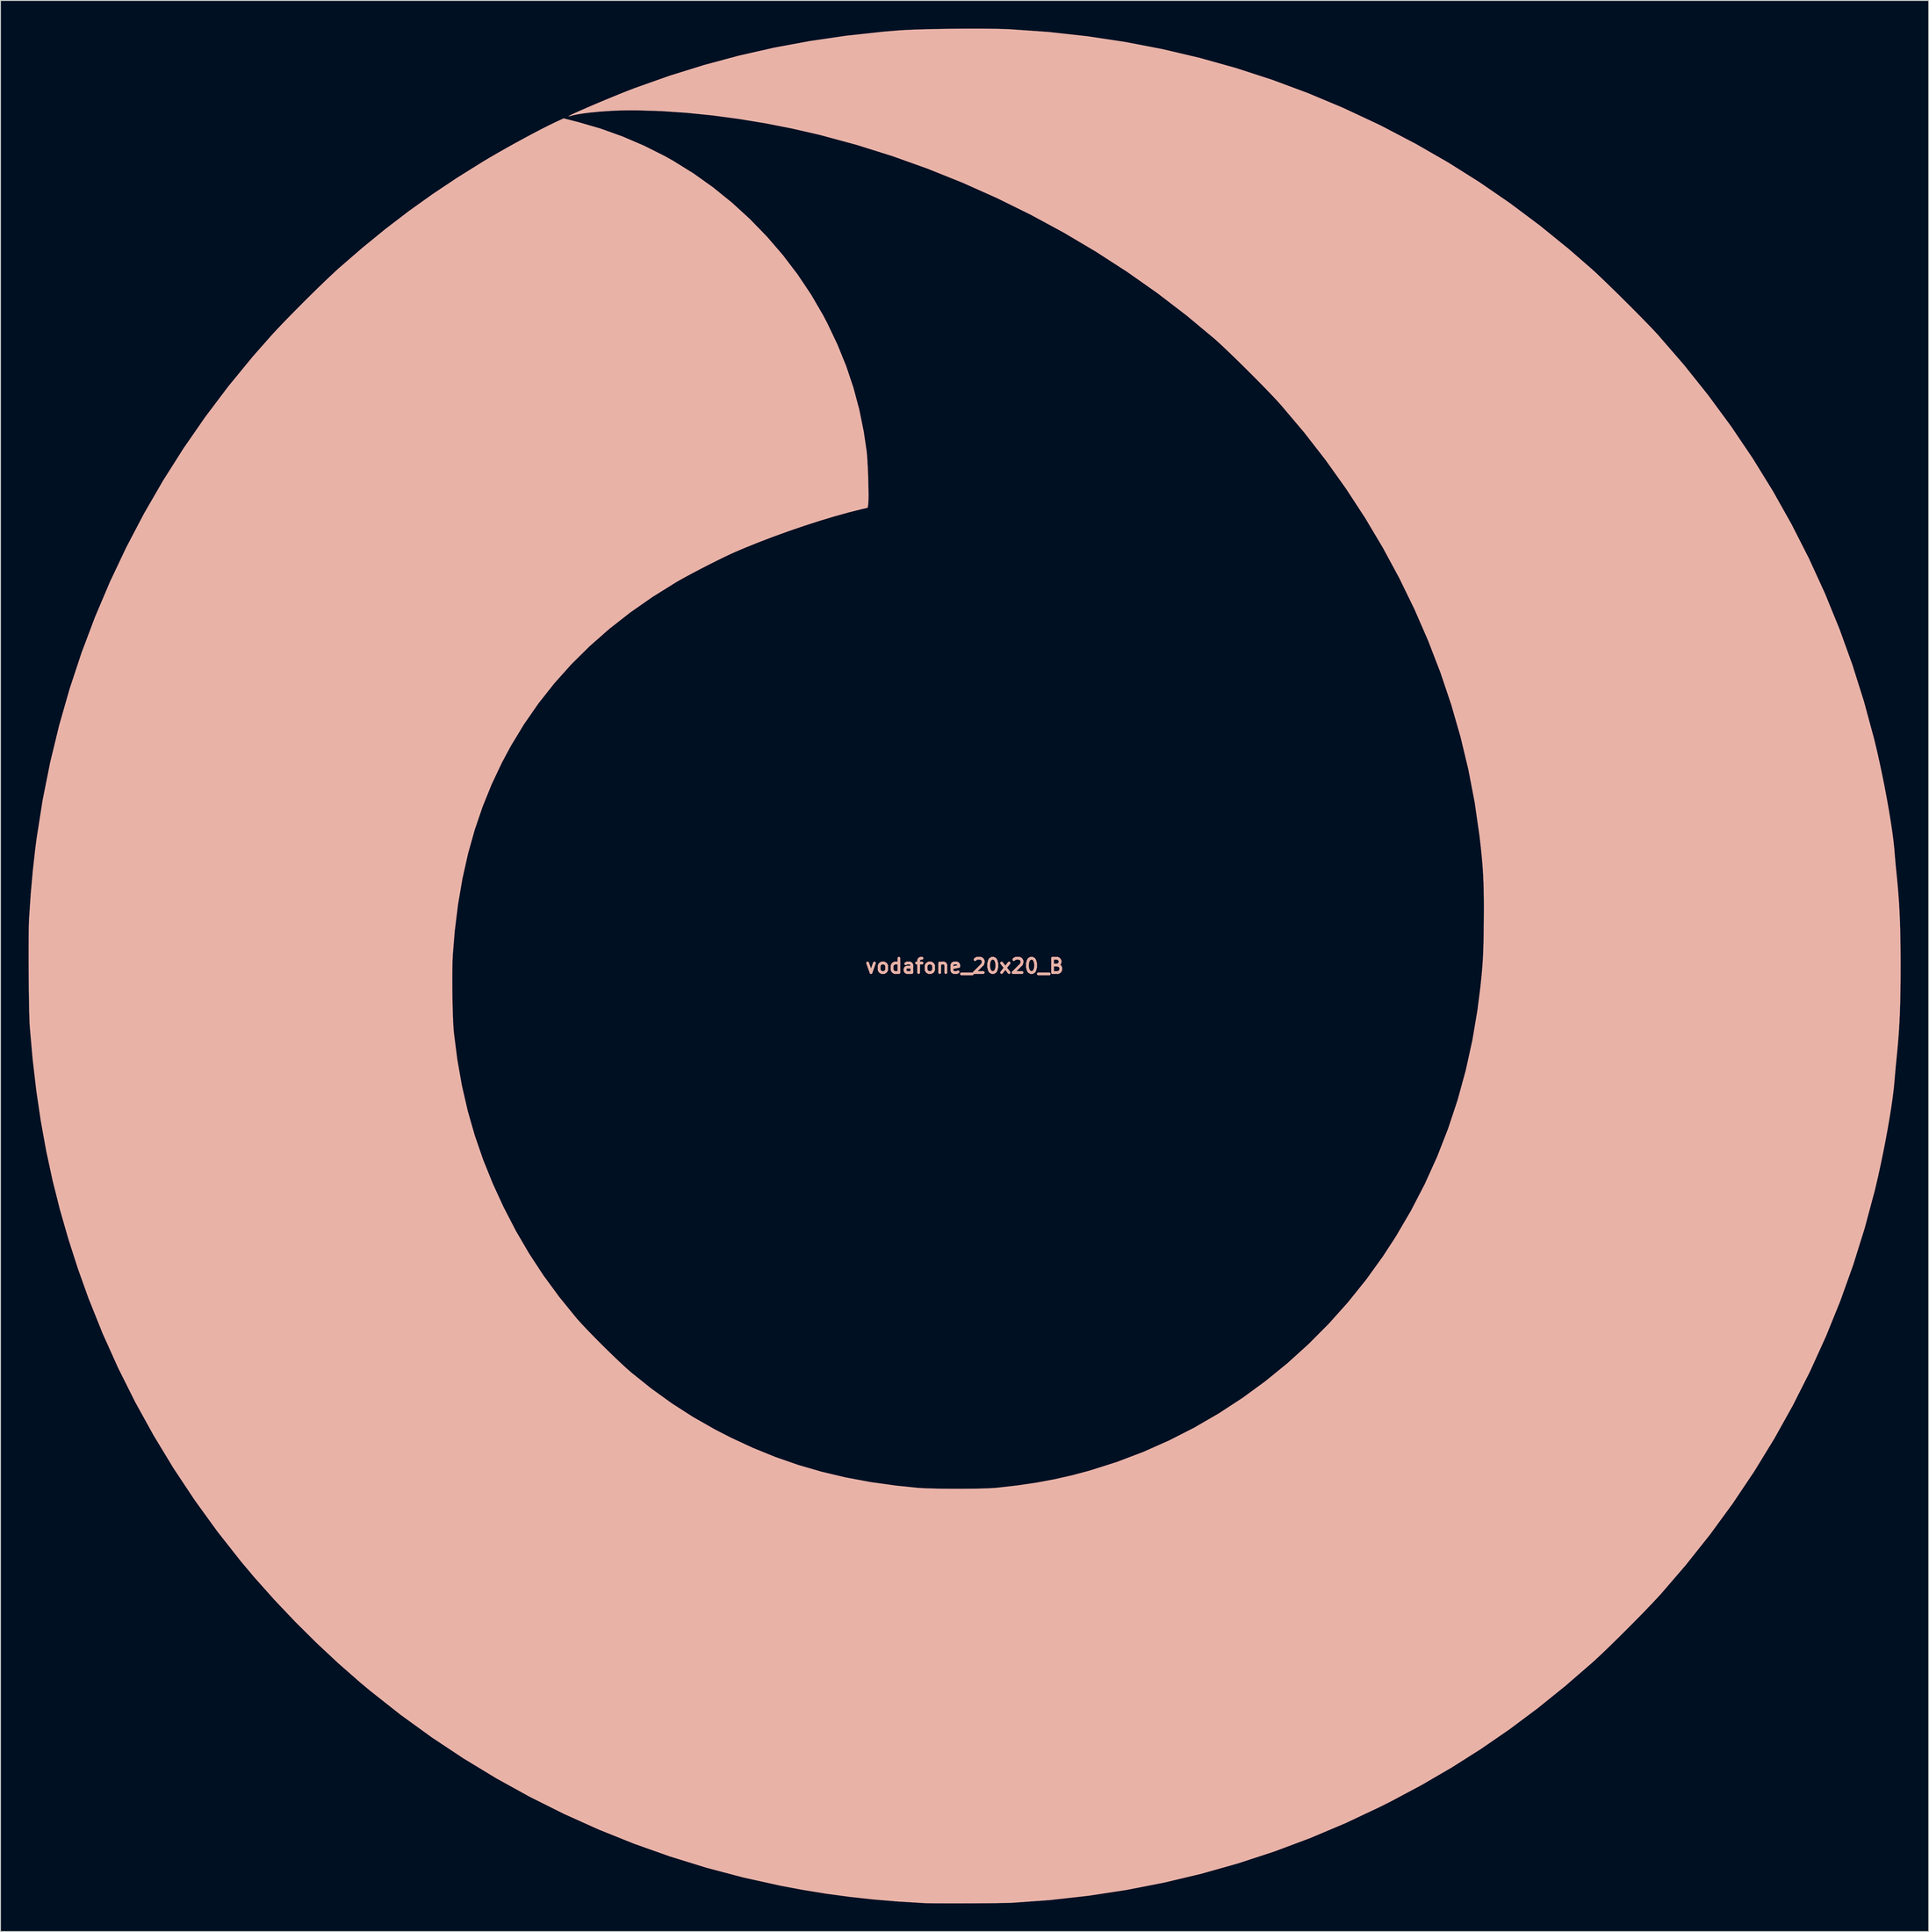
<source format=kicad_pcb>
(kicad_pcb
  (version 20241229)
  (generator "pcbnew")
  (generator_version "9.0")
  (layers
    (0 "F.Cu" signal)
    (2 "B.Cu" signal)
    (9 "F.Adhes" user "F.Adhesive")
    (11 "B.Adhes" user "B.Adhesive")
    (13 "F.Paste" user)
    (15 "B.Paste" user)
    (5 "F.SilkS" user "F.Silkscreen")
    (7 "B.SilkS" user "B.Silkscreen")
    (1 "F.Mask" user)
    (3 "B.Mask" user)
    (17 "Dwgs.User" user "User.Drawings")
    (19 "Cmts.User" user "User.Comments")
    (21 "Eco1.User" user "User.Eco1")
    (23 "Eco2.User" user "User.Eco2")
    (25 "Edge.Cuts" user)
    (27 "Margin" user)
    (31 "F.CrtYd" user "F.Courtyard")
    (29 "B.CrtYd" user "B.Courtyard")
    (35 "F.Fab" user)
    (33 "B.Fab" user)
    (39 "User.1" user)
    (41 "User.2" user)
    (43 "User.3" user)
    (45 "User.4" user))
  (footprint "vodafone_20x20_B"
    (layer "F.Cu")
    (at 99.874 99.983)
    (property "Reference" "vodafone_20x20_B" (at 0 0 0) (layer "B.SilkS") (effects (font (size 1.524 1.524) (thickness 0.3))))
    (attr through_hole)
    (fp_poly (pts (xy 1.689 -99.977) (xy 2.672 -99.969) (xy 3.562 -99.955) (xy 4.332 -99.934) (xy 4.799 -99.914) (xy 8.974 -99.619) (xy 13.089 -99.167) (xy 17.145 -98.557) (xy 21.145 -97.788) (xy 25.09 -96.859) (xy 28.984 -95.77) (xy 32.829 -94.521) (xy 36.626 -93.11) (xy 40.379 -91.538) (xy 44.09 -89.803) (xy 44.619 -89.54) (xy 48.163 -87.684) (xy 51.6 -85.709) (xy 54.941 -83.606) (xy 58.197 -81.368) (xy 61.379 -78.988) (xy 64.498 -76.457) (xy 66.929 -74.344) (xy 67.348 -73.961) (xy 67.861 -73.478) (xy 68.451 -72.912) (xy 69.097 -72.285) (xy 69.78 -71.616) (xy 70.48 -70.923) (xy 71.178 -70.227) (xy 71.854 -69.546) (xy 72.488 -68.901) (xy 73.062 -68.311) (xy 73.555 -67.794) (xy 73.948 -67.371) (xy 74.006 -67.306) (xy 76.753 -64.138) (xy 79.351 -60.888) (xy 81.802 -57.558) (xy 84.104 -54.149) (xy 86.257 -50.663) (xy 88.258 -47.102) (xy 90.108 -43.466) (xy 91.806 -39.759) (xy 93.35 -35.982) (xy 94.74 -32.136) (xy 95.975 -28.223) (xy 97.054 -24.245) (xy 97.114 -24.003) (xy 97.39 -22.844) (xy 97.663 -21.625) (xy 97.929 -20.369) (xy 98.182 -19.1) (xy 98.419 -17.843) (xy 98.636 -16.621) (xy 98.827 -15.458) (xy 98.989 -14.377) (xy 99.118 -13.404) (xy 99.209 -12.56) (xy 99.232 -12.279) (xy 99.277 -11.728) (xy 99.332 -11.095) (xy 99.391 -10.463) (xy 99.437 -10.006) (xy 99.547 -8.881) (xy 99.64 -7.812) (xy 99.715 -6.772) (xy 99.774 -5.729) (xy 99.82 -4.655) (xy 99.852 -3.52) (xy 99.873 -2.294) (xy 99.883 -0.948) (xy 99.885 0) (xy 99.88 1.44) (xy 99.867 2.74) (xy 99.842 3.93) (xy 99.805 5.04) (xy 99.755 6.1) (xy 99.69 7.138) (xy 99.609 8.185) (xy 99.51 9.27) (xy 99.437 10.006) (xy 99.381 10.571) (xy 99.322 11.209) (xy 99.268 11.834) (xy 99.232 12.279) (xy 99.157 13.069) (xy 99.042 13.998) (xy 98.891 15.044) (xy 98.709 16.182) (xy 98.501 17.389) (xy 98.27 18.64) (xy 98.021 19.912) (xy 97.758 21.182) (xy 97.485 22.425) (xy 97.207 23.618) (xy 97.113 24.003) (xy 96.047 27.974) (xy 94.824 31.883) (xy 93.445 35.729) (xy 91.912 39.508) (xy 90.224 43.219) (xy 88.385 46.857) (xy 86.395 50.422) (xy 84.256 53.91) (xy 81.968 57.32) (xy 79.534 60.647) (xy 76.955 63.89) (xy 74.338 66.929) (xy 73.874 67.436) (xy 73.309 68.036) (xy 72.665 68.707) (xy 71.961 69.43) (xy 71.219 70.182) (xy 70.46 70.943) (xy 69.705 71.691) (xy 68.976 72.406) (xy 68.292 73.067) (xy 67.676 73.651) (xy 67.148 74.139) (xy 67.014 74.26) (xy 64.091 76.79) (xy 61.147 79.162) (xy 58.163 81.39) (xy 55.123 83.484) (xy 52.008 85.459) (xy 48.8 87.325) (xy 45.481 89.096) (xy 44.365 89.657) (xy 40.648 91.41) (xy 36.878 93.001) (xy 33.058 94.43) (xy 29.187 95.698) (xy 25.266 96.804) (xy 21.295 97.749) (xy 17.275 98.532) (xy 13.206 99.153) (xy 9.089 99.611) (xy 5.08 99.9) (xy 4.754 99.912) (xy 4.284 99.924) (xy 3.695 99.934) (xy 3.008 99.943) (xy 2.247 99.95) (xy 1.436 99.956) (xy 0.595 99.961) (xy -0.25 99.963) (xy -1.078 99.965) (xy -1.865 99.964) (xy -2.589 99.961) (xy -3.227 99.957) (xy -3.755 99.95) (xy -4.15 99.941) (xy -4.318 99.935) (xy -7.085 99.765) (xy -9.727 99.544) (xy -12.283 99.266) (xy -14.79 98.926) (xy -17.287 98.52) (xy -19.643 98.078) (xy -23.627 97.197) (xy -27.565 96.155) (xy -31.453 94.952) (xy -35.285 93.593) (xy -39.057 92.078) (xy -42.764 90.41) (xy -46.402 88.592) (xy -49.965 86.625) (xy -53.45 84.512) (xy -56.851 82.256) (xy -60.164 79.858) (xy -63.384 77.321) (xy -64.516 76.377) (xy -66.849 74.332) (xy -69.175 72.157) (xy -71.461 69.886) (xy -73.673 67.554) (xy -75.777 65.194) (xy -77.205 63.5) (xy -79.742 60.279) (xy -82.142 56.964) (xy -84.402 53.562) (xy -86.517 50.077) (xy -88.485 46.516) (xy -90.304 42.883) (xy -91.969 39.185) (xy -93.478 35.427) (xy -94.619 32.238) (xy -95.63 29.094) (xy -96.526 25.976) (xy -97.31 22.86) (xy -97.989 19.719) (xy -98.567 16.53) (xy -99.049 13.267) (xy -99.441 9.906) (xy -99.745 6.435) (xy -99.767 6.045) (xy -99.787 5.509) (xy -99.806 4.847) (xy -99.822 4.081) (xy -99.836 3.234) (xy -99.848 2.327) (xy -99.857 1.382) (xy -99.864 0.421) (xy -99.868 -0.534) (xy -99.869 -1.461) (xy -99.867 -2.338) (xy -99.862 -3.144) (xy -99.854 -3.856) (xy -99.842 -4.452) (xy -99.826 -4.911) (xy -99.82 -5.038) (xy -99.641 -7.68) (xy -99.419 -10.183) (xy -99.151 -12.572) (xy -99.012 -13.631) (xy -98.374 -17.688) (xy -97.572 -21.701) (xy -96.61 -25.667) (xy -95.489 -29.582) (xy -94.211 -33.441) (xy -92.777 -37.241) (xy -91.19 -40.976) (xy -89.452 -44.644) (xy -87.565 -48.241) (xy -85.53 -51.761) (xy -83.349 -55.201) (xy -81.024 -58.557) (xy -78.558 -61.825) (xy -75.952 -65) (xy -73.943 -67.278) (xy -73.421 -67.843) (xy -72.805 -68.491) (xy -72.117 -69.202) (xy -71.378 -69.954) (xy -70.611 -70.727) (xy -69.835 -71.497) (xy -69.073 -72.245) (xy -68.347 -72.948) (xy -67.677 -73.586) (xy -67.086 -74.137) (xy -66.717 -74.47) (xy -64.238 -76.616) (xy -61.774 -78.625) (xy -59.292 -80.522) (xy -56.758 -82.331) (xy -54.14 -84.077) (xy -51.468 -85.746) (xy -50.655 -86.23) (xy -49.767 -86.745) (xy -48.831 -87.276) (xy -47.873 -87.808) (xy -46.919 -88.328) (xy -45.997 -88.82) (xy -45.131 -89.271) (xy -44.35 -89.667) (xy -43.679 -89.992) (xy -43.507 -90.071) (xy -42.777 -90.407) (xy -41.179 -89.998) (xy -38.833 -89.316) (xy -36.501 -88.479) (xy -34.216 -87.502) (xy -32.011 -86.397) (xy -31.115 -85.896) (xy -28.938 -84.546) (xy -26.837 -83.051) (xy -24.821 -81.42) (xy -22.9 -79.666) (xy -21.086 -77.798) (xy -19.387 -75.827) (xy -17.814 -73.763) (xy -16.376 -71.617) (xy -15.085 -69.4) (xy -14.648 -68.568) (xy -13.561 -66.282) (xy -12.634 -64) (xy -11.861 -61.699) (xy -11.234 -59.358) (xy -10.748 -56.954) (xy -10.452 -54.949) (xy -10.413 -54.563) (xy -10.376 -54.065) (xy -10.342 -53.484) (xy -10.312 -52.847) (xy -10.287 -52.183) (xy -10.267 -51.522) (xy -10.254 -50.89) (xy -10.248 -50.318) (xy -10.25 -49.833) (xy -10.261 -49.464) (xy -10.279 -49.26) (xy -10.335 -48.882) (xy -10.988 -48.73) (xy -12.367 -48.385) (xy -13.863 -47.968) (xy -15.443 -47.492) (xy -17.076 -46.966) (xy -18.731 -46.401) (xy -20.375 -45.808) (xy -21.976 -45.197) (xy -23.504 -44.58) (xy -24.511 -44.15) (xy -25.058 -43.902) (xy -25.719 -43.588) (xy -26.461 -43.223) (xy -27.252 -42.826) (xy -28.058 -42.413) (xy -28.847 -42.001) (xy -29.586 -41.606) (xy -30.242 -41.246) (xy -30.776 -40.941) (xy -33.299 -39.369) (xy -35.679 -37.708) (xy -37.917 -35.956) (xy -40.013 -34.111) (xy -41.97 -32.174) (xy -43.787 -30.142) (xy -45.467 -28.016) (xy -47.01 -25.792) (xy -48.417 -23.472) (xy -49.358 -21.717) (xy -50.459 -19.392) (xy -51.429 -16.998) (xy -52.271 -14.527) (xy -52.988 -11.971) (xy -53.58 -9.323) (xy -54.051 -6.574) (xy -54.402 -3.716) (xy -54.605 -1.228) (xy -54.632 -0.662) (xy -54.651 0.031) (xy -54.661 0.821) (xy -54.663 1.679) (xy -54.658 2.575) (xy -54.646 3.48) (xy -54.627 4.363) (xy -54.602 5.197) (xy -54.571 5.95) (xy -54.534 6.595) (xy -54.492 7.1) (xy -54.491 7.112) (xy -54.126 9.974) (xy -53.639 12.736) (xy -53.022 15.419) (xy -52.27 18.047) (xy -51.376 20.64) (xy -50.334 23.222) (xy -49.195 25.696) (xy -47.882 28.234) (xy -46.467 30.658) (xy -44.934 32.995) (xy -43.266 35.268) (xy -41.447 37.505) (xy -41.372 37.592) (xy -40.991 38.02) (xy -40.508 38.539) (xy -39.945 39.126) (xy -39.326 39.758) (xy -38.674 40.412) (xy -38.011 41.065) (xy -37.361 41.695) (xy -36.747 42.278) (xy -36.192 42.792) (xy -35.719 43.213) (xy -35.56 43.349) (xy -33.411 45.071) (xy -31.226 46.644) (xy -28.974 48.09) (xy -26.622 49.428) (xy -24.934 50.294) (xy -22.562 51.395) (xy -20.17 52.364) (xy -17.743 53.208) (xy -15.263 53.929) (xy -12.711 54.534) (xy -10.07 55.027) (xy -7.324 55.412) (xy -5.08 55.642) (xy -4.595 55.675) (xy -3.975 55.701) (xy -3.25 55.722) (xy -2.446 55.737) (xy -1.592 55.746) (xy -0.715 55.749) (xy 0.157 55.745) (xy 0.995 55.736) (xy 1.773 55.721) (xy 2.463 55.7) (xy 3.036 55.673) (xy 3.429 55.643) (xy 5.608 55.397) (xy 7.664 55.094) (xy 9.634 54.728) (xy 11.559 54.29) (xy 13.369 53.805) (xy 16.248 52.891) (xy 19.069 51.82) (xy 21.827 50.597) (xy 24.516 49.226) (xy 27.131 47.711) (xy 29.664 46.058) (xy 32.111 44.27) (xy 34.466 42.351) (xy 36.722 40.308) (xy 38.874 38.143) (xy 40.917 35.861) (xy 42.843 33.467) (xy 44.648 30.965) (xy 46.012 28.871) (xy 47.642 26.089) (xy 49.118 23.239) (xy 50.439 20.321) (xy 51.606 17.334) (xy 52.62 14.277) (xy 53.479 11.149) (xy 54.186 7.951) (xy 54.739 4.68) (xy 55.028 2.413) (xy 55.117 1.59) (xy 55.19 0.852) (xy 55.25 0.168) (xy 55.298 -0.493) (xy 55.335 -1.162) (xy 55.363 -1.87) (xy 55.384 -2.648) (xy 55.4 -3.526) (xy 55.411 -4.535) (xy 55.414 -4.784) (xy 55.421 -6.017) (xy 55.418 -7.113) (xy 55.403 -8.106) (xy 55.375 -9.027) (xy 55.332 -9.91) (xy 55.272 -10.787) (xy 55.193 -11.69) (xy 55.095 -12.653) (xy 54.975 -13.708) (xy 54.943 -13.97) (xy 54.438 -17.471) (xy 53.766 -20.963) (xy 52.931 -24.438) (xy 51.935 -27.892) (xy 50.782 -31.316) (xy 49.473 -34.706) (xy 48.013 -38.055) (xy 46.404 -41.357) (xy 44.649 -44.605) (xy 42.751 -47.792) (xy 40.712 -50.914) (xy 38.537 -53.963) (xy 36.226 -56.933) (xy 33.785 -59.818) (xy 33.711 -59.902) (xy 33.308 -60.345) (xy 32.804 -60.882) (xy 32.219 -61.491) (xy 31.573 -62.153) (xy 30.886 -62.847) (xy 30.178 -63.555) (xy 29.468 -64.256) (xy 28.778 -64.931) (xy 28.126 -65.558) (xy 27.534 -66.12) (xy 27.02 -66.595) (xy 26.655 -66.92) (xy 23.669 -69.407) (xy 20.558 -71.787) (xy 17.331 -74.055) (xy 13.997 -76.207) (xy 10.567 -78.237) (xy 7.049 -80.14) (xy 3.454 -81.911) (xy -0.209 -83.546) (xy -3.93 -85.039) (xy -7.699 -86.386) (xy -11.508 -87.581) (xy -15.346 -88.62) (xy -15.621 -88.688) (xy -18.409 -89.327) (xy -21.232 -89.881) (xy -24.063 -90.347) (xy -26.876 -90.723) (xy -29.643 -91.003) (xy -32.338 -91.185) (xy -34.935 -91.266) (xy -35.604 -91.27) (xy -36.471 -91.259) (xy -37.372 -91.227) (xy -38.276 -91.175) (xy -39.153 -91.108) (xy -39.974 -91.027) (xy -40.709 -90.934) (xy -41.327 -90.833) (xy -41.698 -90.753) (xy -41.959 -90.689) (xy -42.174 -90.637) (xy -42.206 -90.63) (xy -42.259 -90.632) (xy -42.17 -90.691) (xy -41.955 -90.801) (xy -41.63 -90.954) (xy -41.209 -91.145) (xy -40.708 -91.366) (xy -40.143 -91.612) (xy -39.529 -91.875) (xy -38.881 -92.149) (xy -38.216 -92.427) (xy -37.547 -92.703) (xy -36.891 -92.97) (xy -36.263 -93.222) (xy -35.678 -93.451) (xy -35.179 -93.642) (xy -31.5 -94.945) (xy -27.807 -96.095) (xy -24.087 -97.095) (xy -20.325 -97.947) (xy -16.507 -98.655) (xy -12.619 -99.223) (xy -8.647 -99.653) (xy -7.027 -99.787) (xy -6.386 -99.827) (xy -5.601 -99.864) (xy -4.7 -99.896) (xy -3.708 -99.923) (xy -2.652 -99.945) (xy -1.558 -99.961) (xy -0.452 -99.973) (xy 0.639 -99.978) (xy 1.689 -99.977)) (stroke (width 0.01) (type solid)) (fill yes) (layer "B.SilkS")))
  (gr_rect
    (start -3 -3)
    (end 202.764 202.952)
    (stroke (width 0.1) (type default))
    (fill no)
    (layer "Edge.Cuts")))
</source>
